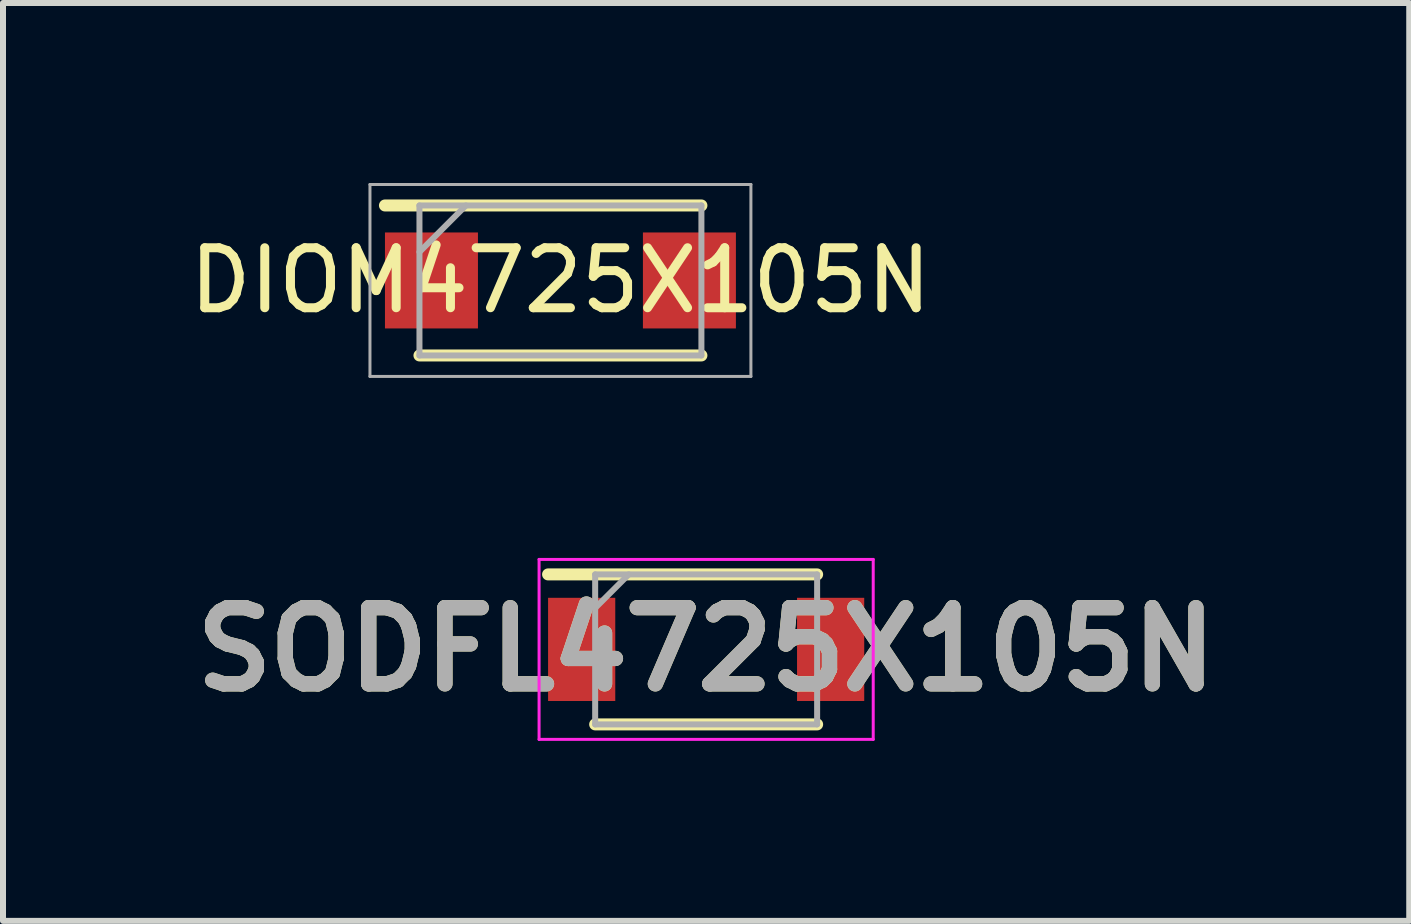
<source format=kicad_pcb>
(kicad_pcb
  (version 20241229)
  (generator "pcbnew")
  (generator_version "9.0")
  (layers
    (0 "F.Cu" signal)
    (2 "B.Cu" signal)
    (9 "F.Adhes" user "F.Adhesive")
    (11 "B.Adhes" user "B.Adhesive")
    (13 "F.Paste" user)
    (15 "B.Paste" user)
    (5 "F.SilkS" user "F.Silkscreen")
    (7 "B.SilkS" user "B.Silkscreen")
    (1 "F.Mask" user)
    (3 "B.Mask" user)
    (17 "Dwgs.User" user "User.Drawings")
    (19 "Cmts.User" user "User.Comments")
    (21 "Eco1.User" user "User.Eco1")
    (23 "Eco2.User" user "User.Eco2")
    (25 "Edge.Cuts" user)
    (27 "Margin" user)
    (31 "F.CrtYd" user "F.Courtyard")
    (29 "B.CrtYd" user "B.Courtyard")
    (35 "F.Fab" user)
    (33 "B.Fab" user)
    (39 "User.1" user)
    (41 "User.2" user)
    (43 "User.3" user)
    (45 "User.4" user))
  (footprint "SODFL4725X105N"
    (layer "F.Cu")
    (at 8.721 7.775)
    (property "Reference" "SODFL4725X105N" (at 0 0 0) (layer "F.SilkS") (effects (font (size 1.27 1.27) (thickness 0.254))))
    (attr smd)
    (fp_line (start -2.635 -1.25) (end 1.85 -1.25) (stroke (width 0.2) (type solid)) (layer "F.SilkS"))
    (fp_line (start -1.85 1.25) (end 1.85 1.25) (stroke (width 0.2) (type solid)) (layer "F.SilkS"))
    (fp_line (start -2.785 -1.5) (end 2.785 -1.5) (stroke (width 0.05) (type solid)) (layer "F.CrtYd"))
    (fp_line (start -2.785 1.5) (end -2.785 -1.5) (stroke (width 0.05) (type solid)) (layer "F.CrtYd"))
    (fp_line (start 2.785 -1.5) (end 2.785 1.5) (stroke (width 0.05) (type solid)) (layer "F.CrtYd"))
    (fp_line (start 2.785 1.5) (end -2.785 1.5) (stroke (width 0.05) (type solid)) (layer "F.CrtYd"))
    (fp_line (start -1.85 -1.25) (end 1.85 -1.25) (stroke (width 0.1) (type solid)) (layer "F.Fab"))
    (fp_line (start -1.85 -0.69) (end -1.29 -1.25) (stroke (width 0.1) (type solid)) (layer "F.Fab"))
    (fp_line (start -1.85 1.25) (end -1.85 -1.25) (stroke (width 0.1) (type solid)) (layer "F.Fab"))
    (fp_line (start 1.85 -1.25) (end 1.85 1.25) (stroke (width 0.1) (type solid)) (layer "F.Fab"))
    (fp_line (start 1.85 1.25) (end -1.85 1.25) (stroke (width 0.1) (type solid)) (layer "F.Fab"))
    (fp_text user "${REFERENCE}" (at 0 0 0) (layer "F.Fab") (effects (font (size 1.27 1.27) (thickness 0.254))))
    (pad "1" smd rect (at -2.075 0) (size 1.12 1.72) (layers "F.Cu" "F.Mask" "F.Paste"))
    (pad "2" smd rect (at 2.075 0) (size 1.12 1.72) (layers "F.Cu" "F.Mask" "F.Paste")))
  (footprint "DIOM4725X105N"
    (layer "F.Cu")
    (at 6.292 1.625)
    (property "Reference" "DIOM4725X105N" (at 0 0 0) (layer "F.SilkS") (effects (font (size 1 1) (thickness 0.15))))
    (attr smd)
    (fp_line (start -2.35 1.25) (end 2.35 1.25) (stroke (width 0.2) (type solid)) (layer "F.SilkS"))
    (fp_line (start 2.35 -1.25) (end -2.925 -1.25) (stroke (width 0.2) (type solid)) (layer "F.SilkS"))
    (fp_line (start -3.175 -1.6) (end 3.175 -1.6) (stroke (width 0.05) (type solid)) (layer "F.Fab"))
    (fp_line (start -3.175 1.6) (end -3.175 -1.6) (stroke (width 0.05) (type solid)) (layer "F.Fab"))
    (fp_line (start -2.35 -1.25) (end 2.35 -1.25) (stroke (width 0.1) (type solid)) (layer "F.Fab"))
    (fp_line (start -2.35 -0.475) (end -1.575 -1.25) (stroke (width 0.1) (type solid)) (layer "F.Fab"))
    (fp_line (start -2.35 1.25) (end -2.35 -1.25) (stroke (width 0.1) (type solid)) (layer "F.Fab"))
    (fp_line (start 2.35 -1.25) (end 2.35 1.25) (stroke (width 0.1) (type solid)) (layer "F.Fab"))
    (fp_line (start 2.35 1.25) (end -2.35 1.25) (stroke (width 0.1) (type solid)) (layer "F.Fab"))
    (fp_line (start 3.175 -1.6) (end 3.175 1.6) (stroke (width 0.05) (type solid)) (layer "F.Fab"))
    (fp_line (start 3.175 1.6) (end -3.175 1.6) (stroke (width 0.05) (type solid)) (layer "F.Fab"))
    (pad "1" smd rect (at -2.15 0) (size 1.55 1.6) (layers "F.Cu" "F.Mask" "F.Paste"))
    (pad "2" smd rect (at 2.15 0) (size 1.55 1.6) (layers "F.Cu" "F.Mask" "F.Paste")))
  (gr_rect
    (start -3 -3)
    (end 20.441 12.3)
    (stroke (width 0.1) (type default))
    (fill no)
    (layer "Edge.Cuts")))
</source>
